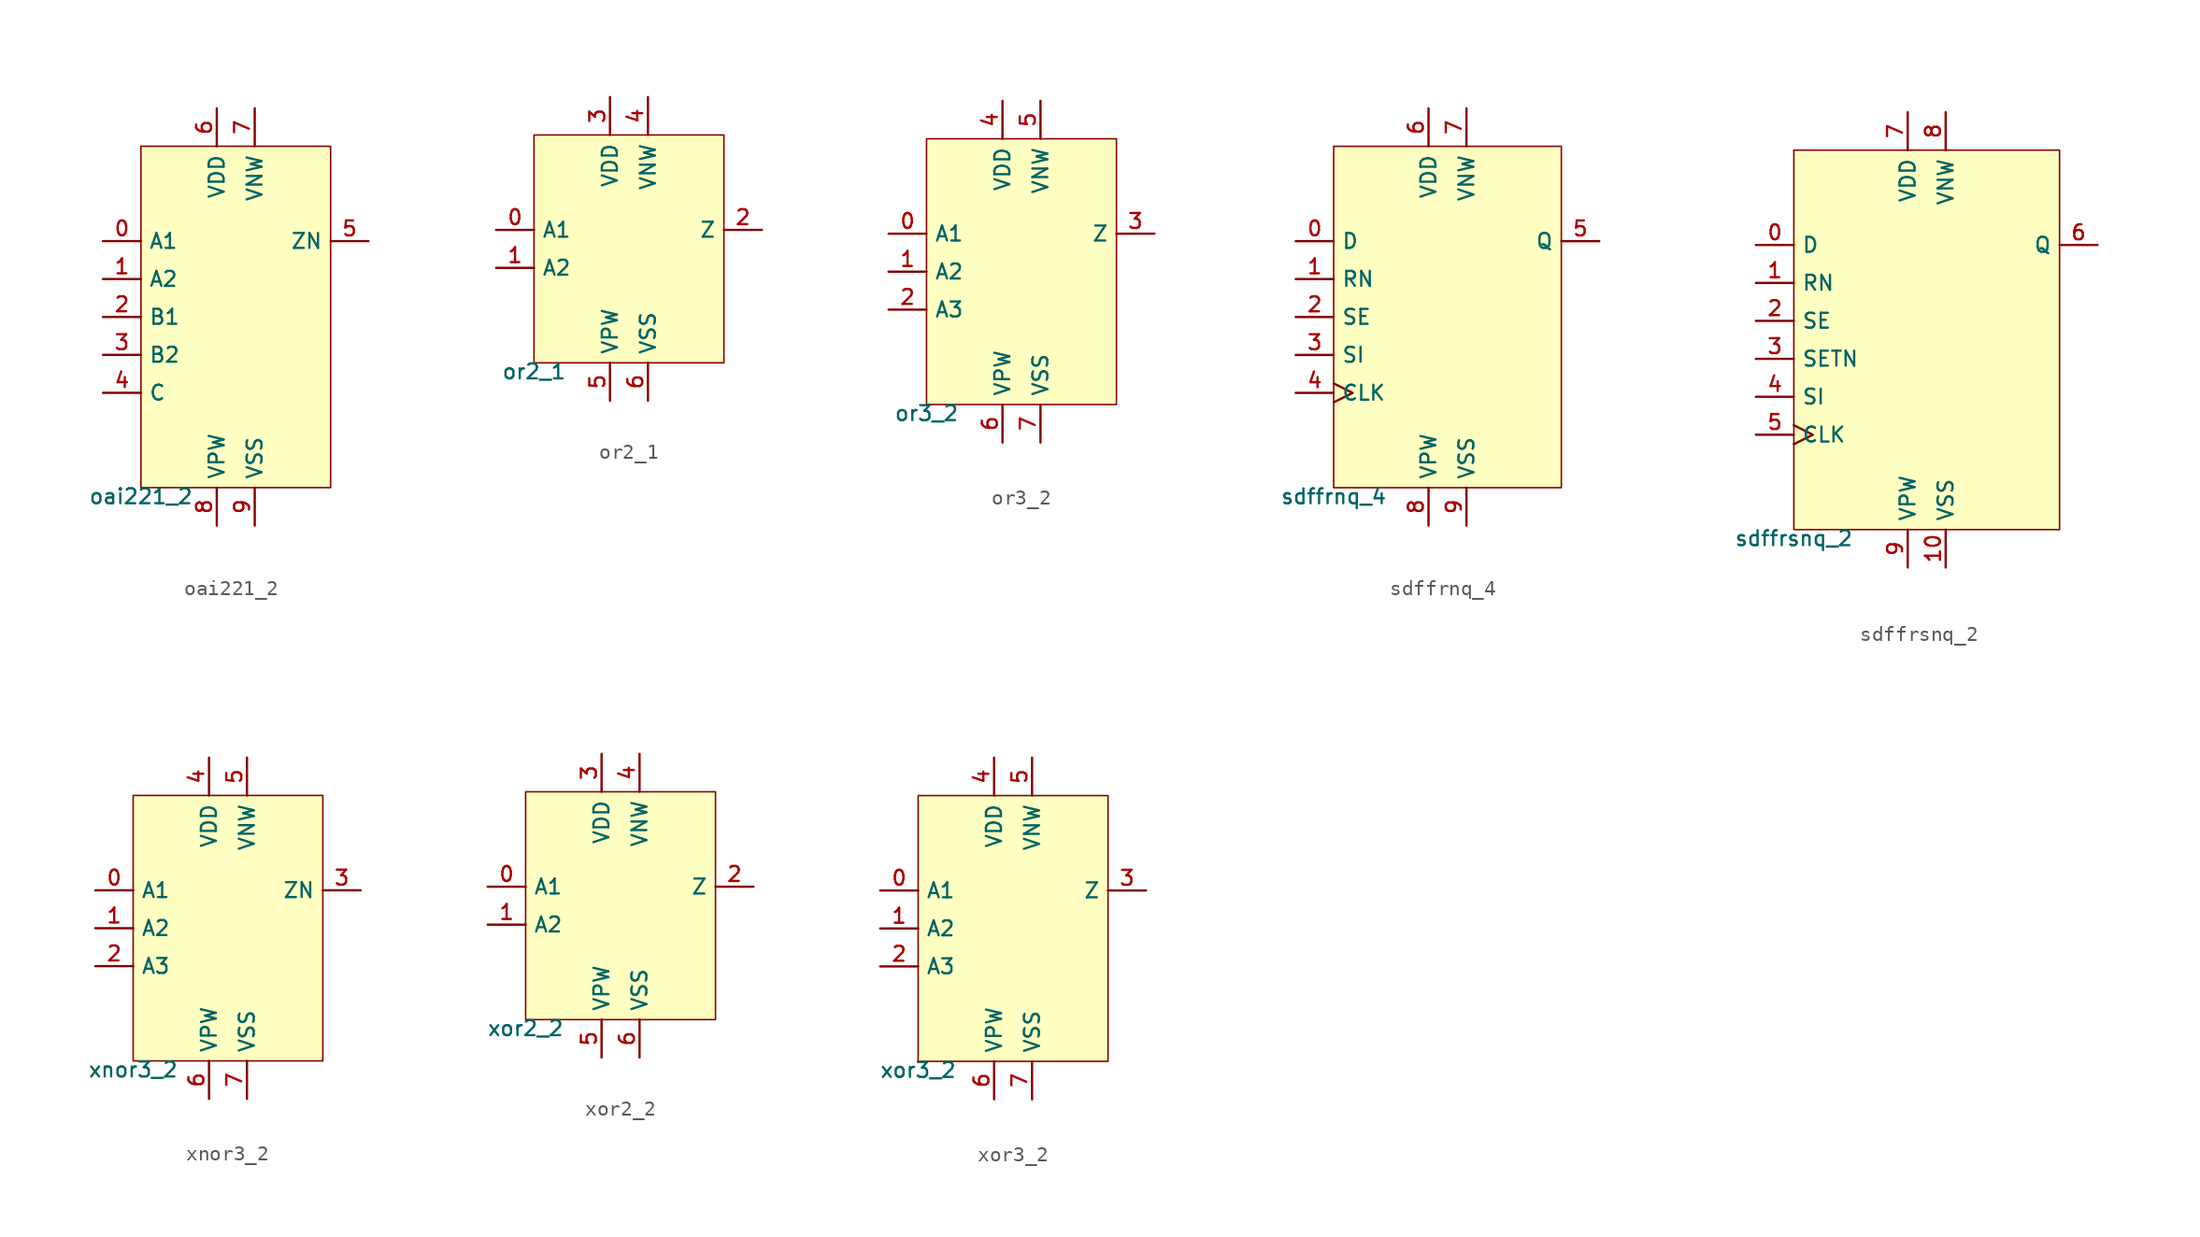
<source format=kicad_sym>
(kicad_symbol_lib
  (version 20211014)
  (generator pdk2kicad)
  (symbol "oai221_2"
    (property "Reference" "X"
      (at 0 0 0)
      (effects (font (size 1 1)) hide))
    (property "Value" "oai221_2"
      (at -6.35 -11.43 0)
      (effects (font (size 1 1)) (justify top)))
    (rectangle
      (start -6.35 -11.43)
      (end 6.35 11.43)
      (stroke (width 0.1) (type solid) (color 0 0 0 0))
      (fill (type background)))
    (pin input line
      (at -8.89 5.08 0)
      (length 2.54)
      (name "A1" (effects (font (size 1 1)) hide))
      (number "0" (effects (font (size 1 1)) hide)))
    (pin input line
      (at -8.89 2.54 0)
      (length 2.54)
      (name "A2" (effects (font (size 1 1)) hide))
      (number "1" (effects (font (size 1 1)) hide)))
    (pin input line
      (at -8.89 -4.440892098500626e-16 0)
      (length 2.54)
      (name "B1" (effects (font (size 1 1)) hide))
      (number "2" (effects (font (size 1 1)) hide)))
    (pin input line
      (at -8.89 -2.54 0)
      (length 2.54)
      (name "B2" (effects (font (size 1 1)) hide))
      (number "3" (effects (font (size 1 1)) hide)))
    (pin input line
      (at -8.89 -5.08 0)
      (length 2.54)
      (name "C" (effects (font (size 1 1)) hide))
      (number "4" (effects (font (size 1 1)) hide)))
    (pin output line
      (at 8.89 5.08 180)
      (length 2.54)
      (name "ZN" (effects (font (size 1 1)) hide))
      (number "5" (effects (font (size 1 1)) hide)))
    (pin power_in line
      (at -1.27 13.97 270)
      (length 2.54)
      (name "VDD" (effects (font (size 1 1)) hide))
      (number "6" (effects (font (size 1 1)) hide)))
    (pin power_in line
      (at 1.27 13.97 270)
      (length 2.54)
      (name "VNW" (effects (font (size 1 1)) hide))
      (number "7" (effects (font (size 1 1)) hide)))
    (pin power_in line
      (at -1.27 -13.97 90)
      (length 2.54)
      (name "VPW" (effects (font (size 1 1)) hide))
      (number "8" (effects (font (size 1 1)) hide)))
    (pin power_in line
      (at 1.27 -13.97 90)
      (length 2.54)
      (name "VSS" (effects (font (size 1 1)) hide))
      (number "9" (effects (font (size 1 1)) hide))))
  (symbol "or2_1"
    (property "Reference" "X"
      (at 0 0 0)
      (effects (font (size 1 1)) hide))
    (property "Value" "or2_1"
      (at -6.35 -7.62 0)
      (effects (font (size 1 1)) (justify top)))
    (rectangle
      (start -6.35 -7.62)
      (end 6.35 7.62)
      (stroke (width 0.1) (type solid) (color 0 0 0 0))
      (fill (type background)))
    (pin input line
      (at -8.89 1.27 0)
      (length 2.54)
      (name "A1" (effects (font (size 1 1)) hide))
      (number "0" (effects (font (size 1 1)) hide)))
    (pin input line
      (at -8.89 -1.27 0)
      (length 2.54)
      (name "A2" (effects (font (size 1 1)) hide))
      (number "1" (effects (font (size 1 1)) hide)))
    (pin output line
      (at 8.89 1.27 180)
      (length 2.54)
      (name "Z" (effects (font (size 1 1)) hide))
      (number "2" (effects (font (size 1 1)) hide)))
    (pin power_in line
      (at -1.27 10.16 270)
      (length 2.54)
      (name "VDD" (effects (font (size 1 1)) hide))
      (number "3" (effects (font (size 1 1)) hide)))
    (pin power_in line
      (at 1.27 10.16 270)
      (length 2.54)
      (name "VNW" (effects (font (size 1 1)) hide))
      (number "4" (effects (font (size 1 1)) hide)))
    (pin power_in line
      (at -1.27 -10.16 90)
      (length 2.54)
      (name "VPW" (effects (font (size 1 1)) hide))
      (number "5" (effects (font (size 1 1)) hide)))
    (pin power_in line
      (at 1.27 -10.16 90)
      (length 2.54)
      (name "VSS" (effects (font (size 1 1)) hide))
      (number "6" (effects (font (size 1 1)) hide))))
  (symbol "or3_2"
    (property "Reference" "X"
      (at 0 0 0)
      (effects (font (size 1 1)) hide))
    (property "Value" "or3_2"
      (at -6.35 -8.89 0)
      (effects (font (size 1 1)) (justify top)))
    (rectangle
      (start -6.35 -8.89)
      (end 6.35 8.89)
      (stroke (width 0.1) (type solid) (color 0 0 0 0))
      (fill (type background)))
    (pin input line
      (at -8.89 2.54 0)
      (length 2.54)
      (name "A1" (effects (font (size 1 1)) hide))
      (number "0" (effects (font (size 1 1)) hide)))
    (pin input line
      (at -8.89 4.440892098500626e-16 0)
      (length 2.54)
      (name "A2" (effects (font (size 1 1)) hide))
      (number "1" (effects (font (size 1 1)) hide)))
    (pin input line
      (at -8.89 -2.54 0)
      (length 2.54)
      (name "A3" (effects (font (size 1 1)) hide))
      (number "2" (effects (font (size 1 1)) hide)))
    (pin output line
      (at 8.89 2.54 180)
      (length 2.54)
      (name "Z" (effects (font (size 1 1)) hide))
      (number "3" (effects (font (size 1 1)) hide)))
    (pin power_in line
      (at -1.27 11.43 270)
      (length 2.54)
      (name "VDD" (effects (font (size 1 1)) hide))
      (number "4" (effects (font (size 1 1)) hide)))
    (pin power_in line
      (at 1.27 11.43 270)
      (length 2.54)
      (name "VNW" (effects (font (size 1 1)) hide))
      (number "5" (effects (font (size 1 1)) hide)))
    (pin power_in line
      (at -1.27 -11.43 90)
      (length 2.54)
      (name "VPW" (effects (font (size 1 1)) hide))
      (number "6" (effects (font (size 1 1)) hide)))
    (pin power_in line
      (at 1.27 -11.43 90)
      (length 2.54)
      (name "VSS" (effects (font (size 1 1)) hide))
      (number "7" (effects (font (size 1 1)) hide))))
  (symbol "sdffrnq_4"
    (property "Reference" "X"
      (at 0 0 0)
      (effects (font (size 1 1)) hide))
    (property "Value" "sdffrnq_4"
      (at -7.62 -11.43 0)
      (effects (font (size 1 1)) (justify top)))
    (rectangle
      (start -7.62 -11.43)
      (end 7.62 11.43)
      (stroke (width 0.1) (type solid) (color 0 0 0 0))
      (fill (type background)))
    (pin input line
      (at -10.16 5.08 0)
      (length 2.54)
      (name "D" (effects (font (size 1 1)) hide))
      (number "0" (effects (font (size 1 1)) hide)))
    (pin input line
      (at -10.16 2.54 0)
      (length 2.54)
      (name "RN" (effects (font (size 1 1)) hide))
      (number "1" (effects (font (size 1 1)) hide)))
    (pin input line
      (at -10.16 -4.440892098500626e-16 0)
      (length 2.54)
      (name "SE" (effects (font (size 1 1)) hide))
      (number "2" (effects (font (size 1 1)) hide)))
    (pin input line
      (at -10.16 -2.54 0)
      (length 2.54)
      (name "SI" (effects (font (size 1 1)) hide))
      (number "3" (effects (font (size 1 1)) hide)))
    (pin input clock
      (at -10.16 -5.08 0)
      (length 2.54)
      (name "CLK" (effects (font (size 1 1)) hide))
      (number "4" (effects (font (size 1 1)) hide)))
    (pin output line
      (at 10.16 5.08 180)
      (length 2.54)
      (name "Q" (effects (font (size 1 1)) hide))
      (number "5" (effects (font (size 1 1)) hide)))
    (pin power_in line
      (at -1.27 13.97 270)
      (length 2.54)
      (name "VDD" (effects (font (size 1 1)) hide))
      (number "6" (effects (font (size 1 1)) hide)))
    (pin power_in line
      (at 1.27 13.97 270)
      (length 2.54)
      (name "VNW" (effects (font (size 1 1)) hide))
      (number "7" (effects (font (size 1 1)) hide)))
    (pin power_in line
      (at -1.27 -13.97 90)
      (length 2.54)
      (name "VPW" (effects (font (size 1 1)) hide))
      (number "8" (effects (font (size 1 1)) hide)))
    (pin power_in line
      (at 1.27 -13.97 90)
      (length 2.54)
      (name "VSS" (effects (font (size 1 1)) hide))
      (number "9" (effects (font (size 1 1)) hide))))
  (symbol "sdffrsnq_2"
    (property "Reference" "X"
      (at 0 0 0)
      (effects (font (size 1 1)) hide))
    (property "Value" "sdffrsnq_2"
      (at -8.89 -12.7 0)
      (effects (font (size 1 1)) (justify top)))
    (rectangle
      (start -8.89 -12.7)
      (end 8.89 12.7)
      (stroke (width 0.1) (type solid) (color 0 0 0 0))
      (fill (type background)))
    (pin input line
      (at -11.43 6.35 0)
      (length 2.54)
      (name "D" (effects (font (size 1 1)) hide))
      (number "0" (effects (font (size 1 1)) hide)))
    (pin input line
      (at -11.43 3.81 0)
      (length 2.54)
      (name "RN" (effects (font (size 1 1)) hide))
      (number "1" (effects (font (size 1 1)) hide)))
    (pin input line
      (at -11.43 1.27 0)
      (length 2.54)
      (name "SE" (effects (font (size 1 1)) hide))
      (number "2" (effects (font (size 1 1)) hide)))
    (pin input line
      (at -11.43 -1.27 0)
      (length 2.54)
      (name "SETN" (effects (font (size 1 1)) hide))
      (number "3" (effects (font (size 1 1)) hide)))
    (pin input line
      (at -11.43 -3.81 0)
      (length 2.54)
      (name "SI" (effects (font (size 1 1)) hide))
      (number "4" (effects (font (size 1 1)) hide)))
    (pin input clock
      (at -11.43 -6.35 0)
      (length 2.54)
      (name "CLK" (effects (font (size 1 1)) hide))
      (number "5" (effects (font (size 1 1)) hide)))
    (pin output line
      (at 11.43 6.35 180)
      (length 2.54)
      (name "Q" (effects (font (size 1 1)) hide))
      (number "6" (effects (font (size 1 1)) hide)))
    (pin power_in line
      (at -1.27 15.24 270)
      (length 2.54)
      (name "VDD" (effects (font (size 1 1)) hide))
      (number "7" (effects (font (size 1 1)) hide)))
    (pin power_in line
      (at 1.27 15.24 270)
      (length 2.54)
      (name "VNW" (effects (font (size 1 1)) hide))
      (number "8" (effects (font (size 1 1)) hide)))
    (pin power_in line
      (at -1.27 -15.24 90)
      (length 2.54)
      (name "VPW" (effects (font (size 1 1)) hide))
      (number "9" (effects (font (size 1 1)) hide)))
    (pin power_in line
      (at 1.27 -15.24 90)
      (length 2.54)
      (name "VSS" (effects (font (size 1 1)) hide))
      (number "10" (effects (font (size 1 1)) hide))))
  (symbol "xnor3_2"
    (property "Reference" "X"
      (at 0 0 0)
      (effects (font (size 1 1)) hide))
    (property "Value" "xnor3_2"
      (at -6.35 -8.89 0)
      (effects (font (size 1 1)) (justify top)))
    (rectangle
      (start -6.35 -8.89)
      (end 6.35 8.89)
      (stroke (width 0.1) (type solid) (color 0 0 0 0))
      (fill (type background)))
    (pin input line
      (at -8.89 2.54 0)
      (length 2.54)
      (name "A1" (effects (font (size 1 1)) hide))
      (number "0" (effects (font (size 1 1)) hide)))
    (pin input line
      (at -8.89 4.440892098500626e-16 0)
      (length 2.54)
      (name "A2" (effects (font (size 1 1)) hide))
      (number "1" (effects (font (size 1 1)) hide)))
    (pin input line
      (at -8.89 -2.54 0)
      (length 2.54)
      (name "A3" (effects (font (size 1 1)) hide))
      (number "2" (effects (font (size 1 1)) hide)))
    (pin output line
      (at 8.89 2.54 180)
      (length 2.54)
      (name "ZN" (effects (font (size 1 1)) hide))
      (number "3" (effects (font (size 1 1)) hide)))
    (pin power_in line
      (at -1.27 11.43 270)
      (length 2.54)
      (name "VDD" (effects (font (size 1 1)) hide))
      (number "4" (effects (font (size 1 1)) hide)))
    (pin power_in line
      (at 1.27 11.43 270)
      (length 2.54)
      (name "VNW" (effects (font (size 1 1)) hide))
      (number "5" (effects (font (size 1 1)) hide)))
    (pin power_in line
      (at -1.27 -11.43 90)
      (length 2.54)
      (name "VPW" (effects (font (size 1 1)) hide))
      (number "6" (effects (font (size 1 1)) hide)))
    (pin power_in line
      (at 1.27 -11.43 90)
      (length 2.54)
      (name "VSS" (effects (font (size 1 1)) hide))
      (number "7" (effects (font (size 1 1)) hide))))
  (symbol "xor2_2"
    (property "Reference" "X"
      (at 0 0 0)
      (effects (font (size 1 1)) hide))
    (property "Value" "xor2_2"
      (at -6.35 -7.62 0)
      (effects (font (size 1 1)) (justify top)))
    (rectangle
      (start -6.35 -7.62)
      (end 6.35 7.62)
      (stroke (width 0.1) (type solid) (color 0 0 0 0))
      (fill (type background)))
    (pin input line
      (at -8.89 1.27 0)
      (length 2.54)
      (name "A1" (effects (font (size 1 1)) hide))
      (number "0" (effects (font (size 1 1)) hide)))
    (pin input line
      (at -8.89 -1.27 0)
      (length 2.54)
      (name "A2" (effects (font (size 1 1)) hide))
      (number "1" (effects (font (size 1 1)) hide)))
    (pin output line
      (at 8.89 1.27 180)
      (length 2.54)
      (name "Z" (effects (font (size 1 1)) hide))
      (number "2" (effects (font (size 1 1)) hide)))
    (pin power_in line
      (at -1.27 10.16 270)
      (length 2.54)
      (name "VDD" (effects (font (size 1 1)) hide))
      (number "3" (effects (font (size 1 1)) hide)))
    (pin power_in line
      (at 1.27 10.16 270)
      (length 2.54)
      (name "VNW" (effects (font (size 1 1)) hide))
      (number "4" (effects (font (size 1 1)) hide)))
    (pin power_in line
      (at -1.27 -10.16 90)
      (length 2.54)
      (name "VPW" (effects (font (size 1 1)) hide))
      (number "5" (effects (font (size 1 1)) hide)))
    (pin power_in line
      (at 1.27 -10.16 90)
      (length 2.54)
      (name "VSS" (effects (font (size 1 1)) hide))
      (number "6" (effects (font (size 1 1)) hide))))
  (symbol "xor3_2"
    (property "Reference" "X"
      (at 0 0 0)
      (effects (font (size 1 1)) hide))
    (property "Value" "xor3_2"
      (at -6.35 -8.89 0)
      (effects (font (size 1 1)) (justify top)))
    (rectangle
      (start -6.35 -8.89)
      (end 6.35 8.89)
      (stroke (width 0.1) (type solid) (color 0 0 0 0))
      (fill (type background)))
    (pin input line
      (at -8.89 2.54 0)
      (length 2.54)
      (name "A1" (effects (font (size 1 1)) hide))
      (number "0" (effects (font (size 1 1)) hide)))
    (pin input line
      (at -8.89 4.440892098500626e-16 0)
      (length 2.54)
      (name "A2" (effects (font (size 1 1)) hide))
      (number "1" (effects (font (size 1 1)) hide)))
    (pin input line
      (at -8.89 -2.54 0)
      (length 2.54)
      (name "A3" (effects (font (size 1 1)) hide))
      (number "2" (effects (font (size 1 1)) hide)))
    (pin output line
      (at 8.89 2.54 180)
      (length 2.54)
      (name "Z" (effects (font (size 1 1)) hide))
      (number "3" (effects (font (size 1 1)) hide)))
    (pin power_in line
      (at -1.27 11.43 270)
      (length 2.54)
      (name "VDD" (effects (font (size 1 1)) hide))
      (number "4" (effects (font (size 1 1)) hide)))
    (pin power_in line
      (at 1.27 11.43 270)
      (length 2.54)
      (name "VNW" (effects (font (size 1 1)) hide))
      (number "5" (effects (font (size 1 1)) hide)))
    (pin power_in line
      (at -1.27 -11.43 90)
      (length 2.54)
      (name "VPW" (effects (font (size 1 1)) hide))
      (number "6" (effects (font (size 1 1)) hide)))
    (pin power_in line
      (at 1.27 -11.43 90)
      (length 2.54)
      (name "VSS" (effects (font (size 1 1)) hide))
      (number "7" (effects (font (size 1 1)) hide)))))
</source>
